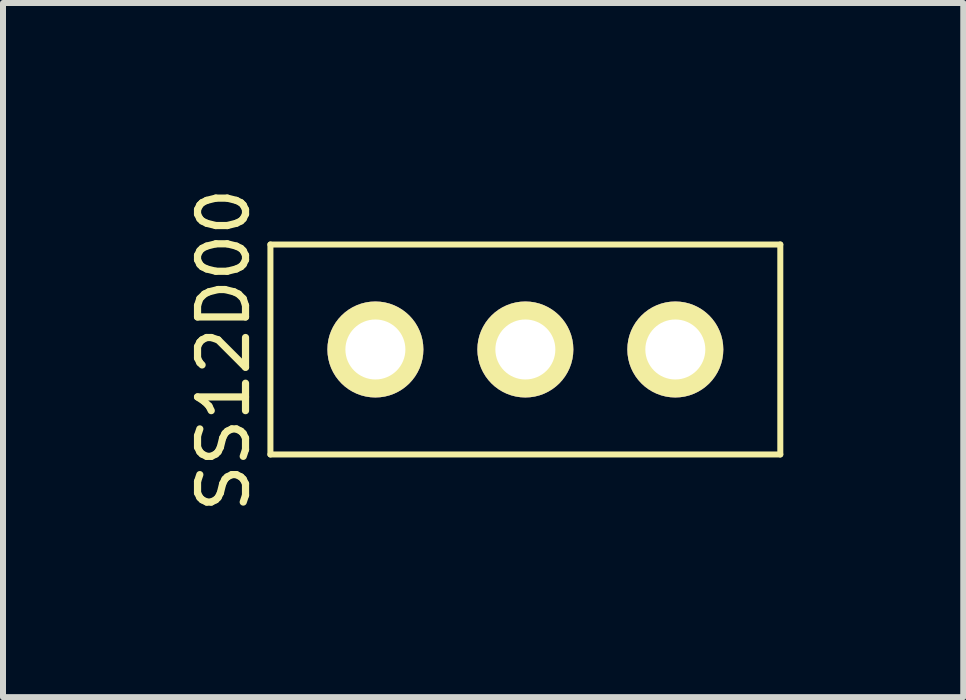
<source format=kicad_pcb>
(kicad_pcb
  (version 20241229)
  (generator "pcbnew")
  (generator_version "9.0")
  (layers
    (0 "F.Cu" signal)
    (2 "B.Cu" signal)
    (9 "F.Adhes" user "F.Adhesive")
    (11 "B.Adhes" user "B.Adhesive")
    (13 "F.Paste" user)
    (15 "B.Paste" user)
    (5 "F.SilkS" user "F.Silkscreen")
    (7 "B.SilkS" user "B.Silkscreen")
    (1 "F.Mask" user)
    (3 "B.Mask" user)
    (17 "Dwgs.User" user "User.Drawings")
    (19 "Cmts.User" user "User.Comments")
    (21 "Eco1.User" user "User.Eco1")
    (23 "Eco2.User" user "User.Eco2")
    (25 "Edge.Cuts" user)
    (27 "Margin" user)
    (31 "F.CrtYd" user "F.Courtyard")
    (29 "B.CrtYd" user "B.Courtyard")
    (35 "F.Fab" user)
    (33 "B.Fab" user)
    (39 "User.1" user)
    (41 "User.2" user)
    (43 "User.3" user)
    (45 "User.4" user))
  (footprint "SS12D00"
    (layer "F.Cu")
    (at 5.708 2.776)
    (property "Reference" "SS12D00" (at -5.029 0.01 90) (layer "F.SilkS") (effects (font (size 0.8 0.8) (thickness 0.12))))
    (attr through_hole)
    (fp_line (start -4.25 -1.75) (end 4.25 -1.75) (stroke (width 0.1) (type solid)) (layer "F.SilkS"))
    (fp_line (start -4.25 1.75) (end -4.25 -1.75) (stroke (width 0.1) (type solid)) (layer "F.SilkS"))
    (fp_line (start 4.25 -1.75) (end 4.25 1.75) (stroke (width 0.1) (type solid)) (layer "F.SilkS"))
    (fp_line (start 4.25 1.75) (end -4.25 1.75) (stroke (width 0.1) (type solid)) (layer "F.SilkS"))
    (pad "1" thru_hole circle (at -2.5 0) (size 1.6 1.6) (drill 1) (layers "*.Cu" "*.Mask" "F.SilkS"))
    (pad "2" thru_hole circle (at 0 0) (size 1.6 1.6) (drill 1) (layers "*.Cu" "*.Mask" "F.SilkS"))
    (pad "3" thru_hole circle (at 2.5 0) (size 1.6 1.6) (drill 1) (layers "*.Cu" "*.Mask" "F.SilkS")))
  (gr_rect
    (start -3 -3)
    (end 13.008 8.571)
    (stroke (width 0.1) (type default))
    (fill no)
    (layer "Edge.Cuts")))
</source>
